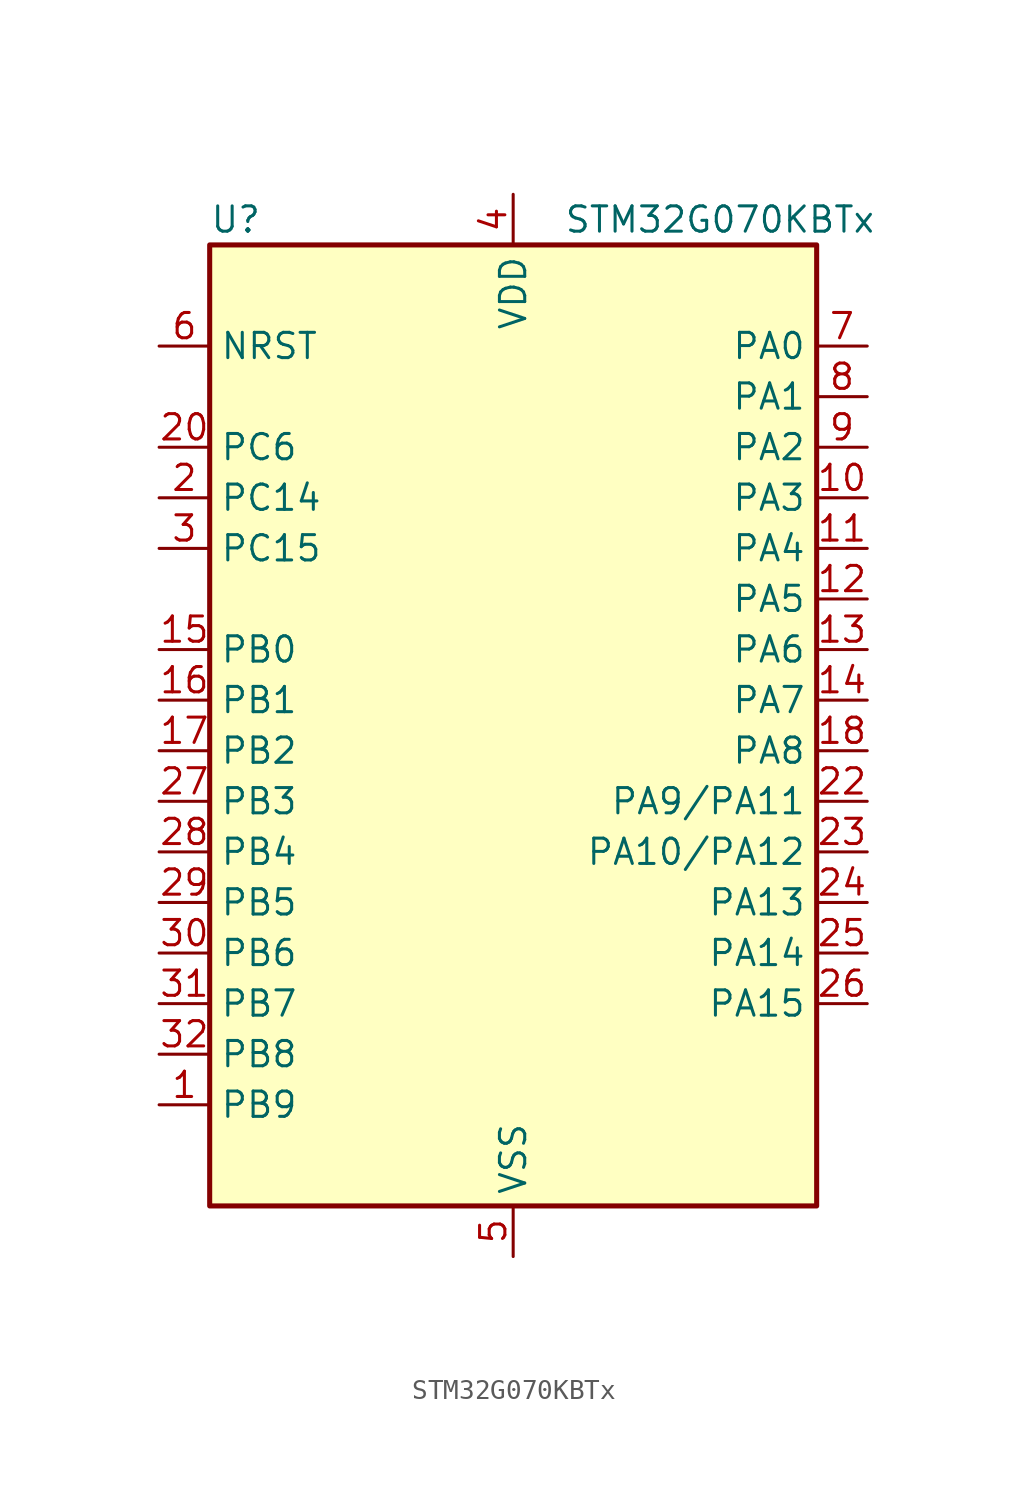
<source format=kicad_sym>
(kicad_symbol_lib
  (version 20241209)
  (generator "kicad_symbol_editor")
  (generator_version "9.0")
  (symbol "STM32G070KBTx"
    (property "Reference" "U"
      (at -15.24 26.67 0)
      (effects (font (size 1.27 1.27)) (justify left)))
    (property "Value" "STM32G070KBTx"
      (at 2.54 26.67 0)
      (effects (font (size 1.27 1.27)) (justify left)))
    (symbol "STM32G070KBTx_0_1"
      (rectangle (start -15.24 -22.86) (end 15.24 25.4) (stroke (width 0.254) (type default)) (fill (type background))))
    (symbol "STM32G070KBTx_1_1"
      (pin input line (at -17.78 20.32 0) (length 2.54) (name "NRST" (effects (font (size 1.27 1.27)))) (number "6" (effects (font (size 1.27 1.27)))))
      (pin bidirectional line (at -17.78 15.24 0) (length 2.54) (name "PC6" (effects (font (size 1.27 1.27)))) (number "20" (effects (font (size 1.27 1.27)))) (alternate "TIM3_CH1" bidirectional line))
      (pin bidirectional line (at -17.78 12.7 0) (length 2.54) (name "PC14" (effects (font (size 1.27 1.27)))) (number "2" (effects (font (size 1.27 1.27)))) (alternate "RCC_OSC32_IN" bidirectional line) (alternate "RCC_OSC_IN" bidirectional line) (alternate "TIM1_BK2" bidirectional line))
      (pin bidirectional line (at -17.78 10.16 0) (length 2.54) (name "PC15" (effects (font (size 1.27 1.27)))) (number "3" (effects (font (size 1.27 1.27)))) (alternate "RCC_OSC32_EN" bidirectional line) (alternate "RCC_OSC32_OUT" bidirectional line) (alternate "RCC_OSC_EN" bidirectional line) (alternate "TIM15_BK" bidirectional line))
      (pin bidirectional line (at -17.78 5.08 0) (length 2.54) (name "PB0" (effects (font (size 1.27 1.27)))) (number "15" (effects (font (size 1.27 1.27)))) (alternate "ADC1_IN8" bidirectional line) (alternate "I2S1_WS" bidirectional line) (alternate "SPI1_NSS" bidirectional line) (alternate "TIM1_CH2N" bidirectional line) (alternate "TIM3_CH3" bidirectional line) (alternate "USART3_RX" bidirectional line))
      (pin bidirectional line (at -17.78 2.54 0) (length 2.54) (name "PB1" (effects (font (size 1.27 1.27)))) (number "16" (effects (font (size 1.27 1.27)))) (alternate "ADC1_IN9" bidirectional line) (alternate "TIM14_CH1" bidirectional line) (alternate "TIM1_CH3N" bidirectional line) (alternate "TIM3_CH4" bidirectional line) (alternate "USART3_CK" bidirectional line) (alternate "USART3_DE" bidirectional line) (alternate "USART3_RTS" bidirectional line))
      (pin bidirectional line (at -17.78 0 0) (length 2.54) (name "PB2" (effects (font (size 1.27 1.27)))) (number "17" (effects (font (size 1.27 1.27)))) (alternate "ADC1_IN10" bidirectional line) (alternate "SPI2_MISO" bidirectional line) (alternate "USART3_TX" bidirectional line))
      (pin bidirectional line (at -17.78 -2.54 0) (length 2.54) (name "PB3" (effects (font (size 1.27 1.27)))) (number "27" (effects (font (size 1.27 1.27)))) (alternate "I2S1_CK" bidirectional line) (alternate "SPI1_SCK" bidirectional line) (alternate "TIM1_CH2" bidirectional line) (alternate "USART1_CK" bidirectional line) (alternate "USART1_DE" bidirectional line) (alternate "USART1_RTS" bidirectional line))
      (pin bidirectional line (at -17.78 -5.08 0) (length 2.54) (name "PB4" (effects (font (size 1.27 1.27)))) (number "28" (effects (font (size 1.27 1.27)))) (alternate "I2S1_MCK" bidirectional line) (alternate "SPI1_MISO" bidirectional line) (alternate "TIM17_BK" bidirectional line) (alternate "TIM3_CH1" bidirectional line) (alternate "USART1_CTS" bidirectional line) (alternate "USART1_NSS" bidirectional line))
      (pin bidirectional line (at -17.78 -7.62 0) (length 2.54) (name "PB5" (effects (font (size 1.27 1.27)))) (number "29" (effects (font (size 1.27 1.27)))) (alternate "I2C1_SMBA" bidirectional line) (alternate "I2S1_SD" bidirectional line) (alternate "SPI1_MOSI" bidirectional line) (alternate "SYS_WKUP6" bidirectional line) (alternate "TIM16_BK" bidirectional line) (alternate "TIM3_CH2" bidirectional line))
      (pin bidirectional line (at -17.78 -10.16 0) (length 2.54) (name "PB6" (effects (font (size 1.27 1.27)))) (number "30" (effects (font (size 1.27 1.27)))) (alternate "I2C1_SCL" bidirectional line) (alternate "SPI2_MISO" bidirectional line) (alternate "TIM16_CH1N" bidirectional line) (alternate "TIM1_CH3" bidirectional line) (alternate "USART1_TX" bidirectional line))
      (pin bidirectional line (at -17.78 -12.7 0) (length 2.54) (name "PB7" (effects (font (size 1.27 1.27)))) (number "31" (effects (font (size 1.27 1.27)))) (alternate "I2C1_SDA" bidirectional line) (alternate "SPI2_MOSI" bidirectional line) (alternate "TIM17_CH1N" bidirectional line) (alternate "USART1_RX" bidirectional line) (alternate "USART4_CTS" bidirectional line) (alternate "USART4_NSS" bidirectional line))
      (pin bidirectional line (at -17.78 -15.24 0) (length 2.54) (name "PB8" (effects (font (size 1.27 1.27)))) (number "32" (effects (font (size 1.27 1.27)))) (alternate "I2C1_SCL" bidirectional line) (alternate "SPI2_SCK" bidirectional line) (alternate "TIM15_BK" bidirectional line) (alternate "TIM16_CH1" bidirectional line) (alternate "USART3_TX" bidirectional line))
      (pin bidirectional line (at -17.78 -17.78 0) (length 2.54) (name "PB9" (effects (font (size 1.27 1.27)))) (number "1" (effects (font (size 1.27 1.27)))) (alternate "I2C1_SDA" bidirectional line) (alternate "IR_OUT" bidirectional line) (alternate "SPI2_NSS" bidirectional line) (alternate "TIM17_CH1" bidirectional line) (alternate "USART3_RX" bidirectional line))
      (pin no_connect line (at -15.24 -20.32 0) (length 2.54) (hide yes) (name "NC/PA10" (effects (font (size 1.27 1.27)))) (number "21" (effects (font (size 1.27 1.27)))) (alternate "I2C1_SDA (PA10)" bidirectional line) (alternate "NC" bidirectional line) (alternate "PA10" bidirectional line) (alternate "SPI2_MOSI (PA10)" bidirectional line) (alternate "TIM17_BK (PA10)" bidirectional line) (alternate "TIM1_CH3 (PA10)" bidirectional line) (alternate "USART1_RX (PA10)" bidirectional line))
      (pin no_connect line (at -15.24 -22.86 0) (length 2.54) (hide yes) (name "NC/PA9" (effects (font (size 1.27 1.27)))) (number "19" (effects (font (size 1.27 1.27)))) (alternate "I2C1_SCL (PA9)" bidirectional line) (alternate "NC" bidirectional line) (alternate "PA9" bidirectional line) (alternate "RCC_MCO (PA9)" bidirectional line) (alternate "SPI2_MISO (PA9)" bidirectional line) (alternate "TIM15_BK (PA9)" bidirectional line) (alternate "TIM1_CH2 (PA9)" bidirectional line) (alternate "USART1_TX (PA9)" bidirectional line))
      (pin power_in line (at 0 27.94 270) (length 2.54) (name "VDD" (effects (font (size 1.27 1.27)))) (number "4" (effects (font (size 1.27 1.27)))))
      (pin power_in line (at 0 -25.4 90) (length 2.54) (name "VSS" (effects (font (size 1.27 1.27)))) (number "5" (effects (font (size 1.27 1.27)))))
      (pin bidirectional line (at 17.78 20.32 180) (length 2.54) (name "PA0" (effects (font (size 1.27 1.27)))) (number "7" (effects (font (size 1.27 1.27)))) (alternate "ADC1_IN0" bidirectional line) (alternate "RTC_TAMP_IN2" bidirectional line) (alternate "SPI2_SCK" bidirectional line) (alternate "SYS_WKUP1" bidirectional line) (alternate "USART2_CTS" bidirectional line) (alternate "USART2_NSS" bidirectional line) (alternate "USART4_TX" bidirectional line))
      (pin bidirectional line (at 17.78 17.78 180) (length 2.54) (name "PA1" (effects (font (size 1.27 1.27)))) (number "8" (effects (font (size 1.27 1.27)))) (alternate "ADC1_IN1" bidirectional line) (alternate "I2C1_SMBA" bidirectional line) (alternate "I2S1_CK" bidirectional line) (alternate "SPI1_SCK" bidirectional line) (alternate "TIM15_CH1N" bidirectional line) (alternate "USART2_CK" bidirectional line) (alternate "USART2_DE" bidirectional line) (alternate "USART2_RTS" bidirectional line) (alternate "USART4_RX" bidirectional line))
      (pin bidirectional line (at 17.78 15.24 180) (length 2.54) (name "PA2" (effects (font (size 1.27 1.27)))) (number "9" (effects (font (size 1.27 1.27)))) (alternate "ADC1_IN2" bidirectional line) (alternate "I2S1_SD" bidirectional line) (alternate "RCC_LSCO" bidirectional line) (alternate "SPI1_MOSI" bidirectional line) (alternate "SYS_WKUP4" bidirectional line) (alternate "TIM15_CH1" bidirectional line) (alternate "USART2_TX" bidirectional line))
      (pin bidirectional line (at 17.78 12.7 180) (length 2.54) (name "PA3" (effects (font (size 1.27 1.27)))) (number "10" (effects (font (size 1.27 1.27)))) (alternate "ADC1_IN3" bidirectional line) (alternate "SPI2_MISO" bidirectional line) (alternate "TIM15_CH2" bidirectional line) (alternate "USART2_RX" bidirectional line))
      (pin bidirectional line (at 17.78 10.16 180) (length 2.54) (name "PA4" (effects (font (size 1.27 1.27)))) (number "11" (effects (font (size 1.27 1.27)))) (alternate "ADC1_IN4" bidirectional line) (alternate "I2S1_WS" bidirectional line) (alternate "RTC_OUT_ALARM" bidirectional line) (alternate "RTC_OUT_CALIB" bidirectional line) (alternate "RTC_TAMP_IN1" bidirectional line) (alternate "RTC_TS" bidirectional line) (alternate "SPI1_NSS" bidirectional line) (alternate "SPI2_MOSI" bidirectional line) (alternate "SYS_WKUP2" bidirectional line) (alternate "TIM14_CH1" bidirectional line))
      (pin bidirectional line (at 17.78 7.62 180) (length 2.54) (name "PA5" (effects (font (size 1.27 1.27)))) (number "12" (effects (font (size 1.27 1.27)))) (alternate "ADC1_IN5" bidirectional line) (alternate "I2S1_CK" bidirectional line) (alternate "SPI1_SCK" bidirectional line) (alternate "USART3_TX" bidirectional line))
      (pin bidirectional line (at 17.78 5.08 180) (length 2.54) (name "PA6" (effects (font (size 1.27 1.27)))) (number "13" (effects (font (size 1.27 1.27)))) (alternate "ADC1_IN6" bidirectional line) (alternate "I2S1_MCK" bidirectional line) (alternate "SPI1_MISO" bidirectional line) (alternate "TIM16_CH1" bidirectional line) (alternate "TIM1_BK" bidirectional line) (alternate "TIM3_CH1" bidirectional line) (alternate "USART3_CTS" bidirectional line) (alternate "USART3_NSS" bidirectional line))
      (pin bidirectional line (at 17.78 2.54 180) (length 2.54) (name "PA7" (effects (font (size 1.27 1.27)))) (number "14" (effects (font (size 1.27 1.27)))) (alternate "ADC1_IN7" bidirectional line) (alternate "I2S1_SD" bidirectional line) (alternate "SPI1_MOSI" bidirectional line) (alternate "TIM14_CH1" bidirectional line) (alternate "TIM17_CH1" bidirectional line) (alternate "TIM1_CH1N" bidirectional line) (alternate "TIM3_CH2" bidirectional line))
      (pin bidirectional line (at 17.78 0 180) (length 2.54) (name "PA8" (effects (font (size 1.27 1.27)))) (number "18" (effects (font (size 1.27 1.27)))) (alternate "RCC_MCO" bidirectional line) (alternate "SPI2_NSS" bidirectional line) (alternate "TIM1_CH1" bidirectional line))
      (pin bidirectional line (at 17.78 -2.54 180) (length 2.54) (name "PA9/PA11" (effects (font (size 1.27 1.27)))) (number "22" (effects (font (size 1.27 1.27)))) (alternate "ADC1_EXTI11 (PA11)" bidirectional line) (alternate "I2C1_SCL (PA9)" bidirectional line) (alternate "I2C2_SCL (PA11)" bidirectional line) (alternate "I2S1_MCK (PA11)" bidirectional line) (alternate "PA11" bidirectional line) (alternate "PA9" bidirectional line) (alternate "RCC_MCO (PA9)" bidirectional line) (alternate "SPI1_MISO (PA11)" bidirectional line) (alternate "SPI2_MISO (PA9)" bidirectional line) (alternate "TIM15_BK (PA9)" bidirectional line) (alternate "TIM1_BK2 (PA11)" bidirectional line) (alternate "TIM1_CH2 (PA9)" bidirectional line) (alternate "TIM1_CH4 (PA11)" bidirectional line) (alternate "USART1_CTS (PA11)" bidirectional line) (alternate "USART1_NSS (PA11)" bidirectional line) (alternate "USART1_TX (PA9)" bidirectional line))
      (pin bidirectional line (at 17.78 -5.08 180) (length 2.54) (name "PA10/PA12" (effects (font (size 1.27 1.27)))) (number "23" (effects (font (size 1.27 1.27)))) (alternate "I2C1_SDA (PA10)" bidirectional line) (alternate "I2C2_SDA (PA12)" bidirectional line) (alternate "I2S1_SD (PA12)" bidirectional line) (alternate "I2S_CKIN (PA12)" bidirectional line) (alternate "PA10" bidirectional line) (alternate "PA12" bidirectional line) (alternate "SPI1_MOSI (PA12)" bidirectional line) (alternate "SPI2_MOSI (PA10)" bidirectional line) (alternate "TIM17_BK (PA10)" bidirectional line) (alternate "TIM1_CH3 (PA10)" bidirectional line) (alternate "TIM1_ETR (PA12)" bidirectional line) (alternate "USART1_CK (PA12)" bidirectional line) (alternate "USART1_DE (PA12)" bidirectional line) (alternate "USART1_RTS (PA12)" bidirectional line) (alternate "USART1_RX (PA10)" bidirectional line))
      (pin bidirectional line (at 17.78 -7.62 180) (length 2.54) (name "PA13" (effects (font (size 1.27 1.27)))) (number "24" (effects (font (size 1.27 1.27)))) (alternate "IR_OUT" bidirectional line) (alternate "SYS_SWDIO" bidirectional line))
      (pin bidirectional line (at 17.78 -10.16 180) (length 2.54) (name "PA14" (effects (font (size 1.27 1.27)))) (number "25" (effects (font (size 1.27 1.27)))) (alternate "SYS_SWCLK" bidirectional line) (alternate "USART2_TX" bidirectional line))
      (pin bidirectional line (at 17.78 -12.7 180) (length 2.54) (name "PA15" (effects (font (size 1.27 1.27)))) (number "26" (effects (font (size 1.27 1.27)))) (alternate "I2S1_WS" bidirectional line) (alternate "SPI1_NSS" bidirectional line) (alternate "USART2_RX" bidirectional line) (alternate "USART3_CK" bidirectional line) (alternate "USART3_DE" bidirectional line) (alternate "USART3_RTS" bidirectional line) (alternate "USART4_CK" bidirectional line) (alternate "USART4_DE" bidirectional line) (alternate "USART4_RTS" bidirectional line)))))
</source>
